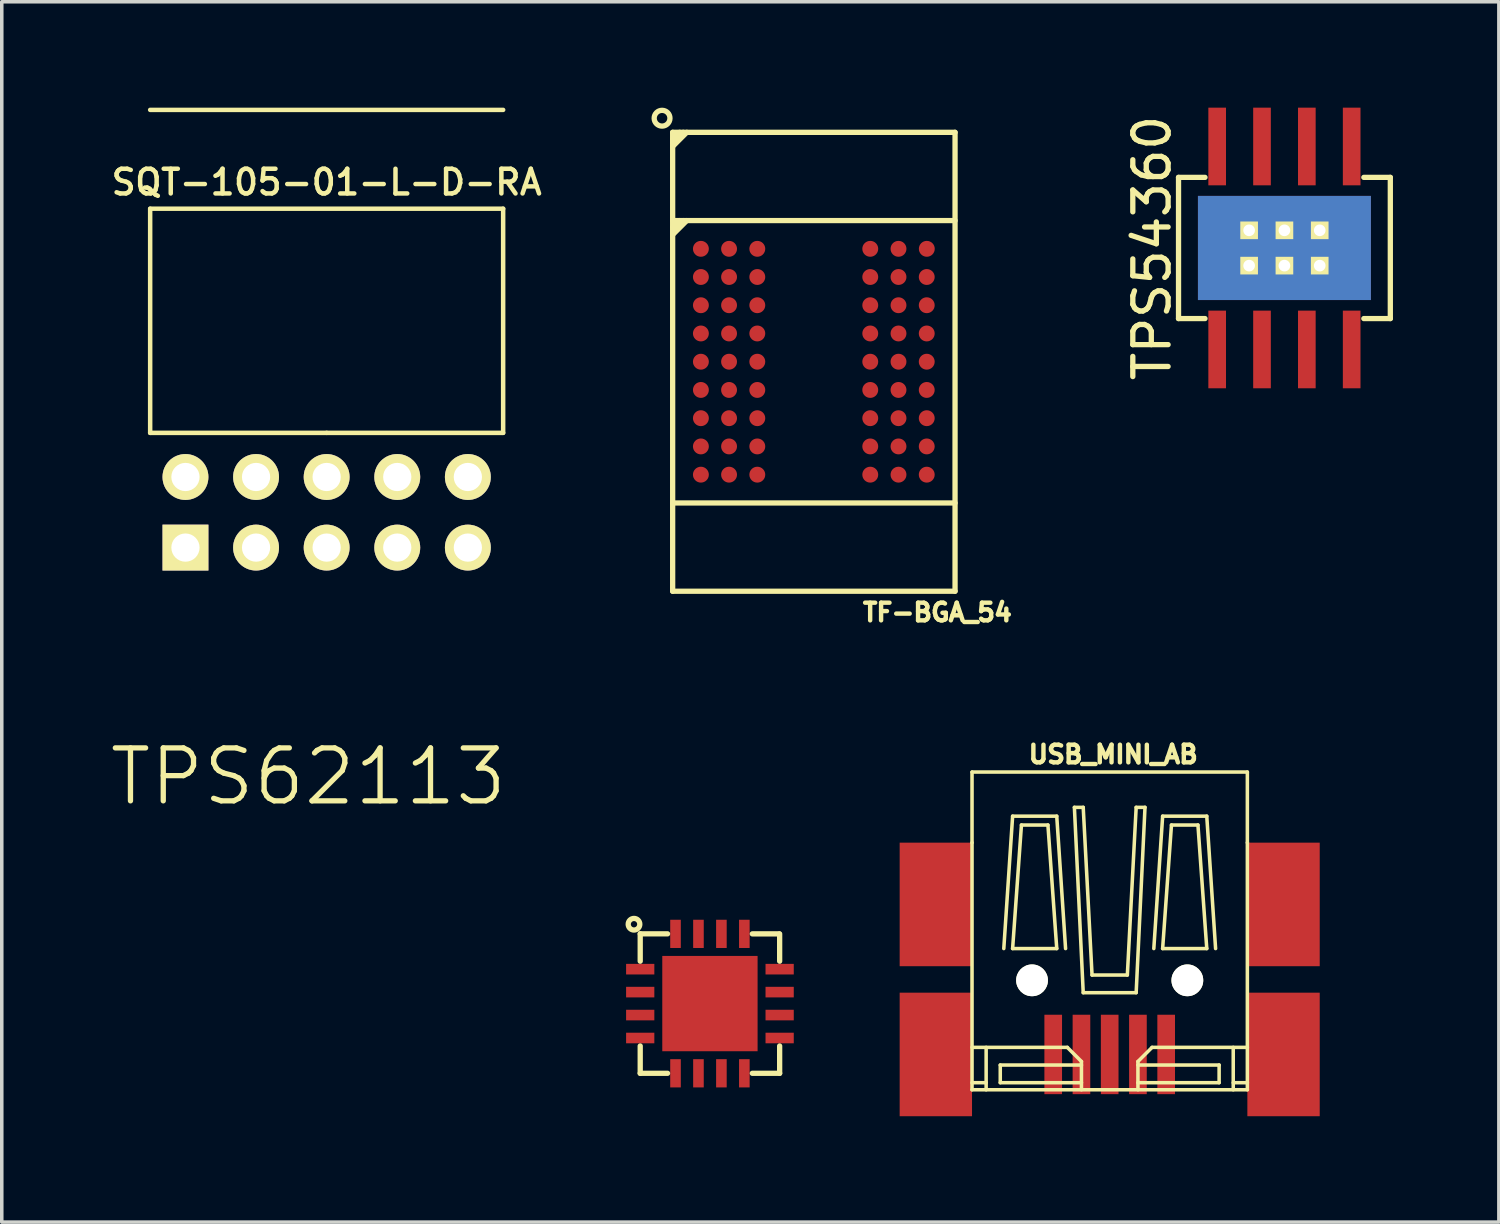
<source format=kicad_pcb>
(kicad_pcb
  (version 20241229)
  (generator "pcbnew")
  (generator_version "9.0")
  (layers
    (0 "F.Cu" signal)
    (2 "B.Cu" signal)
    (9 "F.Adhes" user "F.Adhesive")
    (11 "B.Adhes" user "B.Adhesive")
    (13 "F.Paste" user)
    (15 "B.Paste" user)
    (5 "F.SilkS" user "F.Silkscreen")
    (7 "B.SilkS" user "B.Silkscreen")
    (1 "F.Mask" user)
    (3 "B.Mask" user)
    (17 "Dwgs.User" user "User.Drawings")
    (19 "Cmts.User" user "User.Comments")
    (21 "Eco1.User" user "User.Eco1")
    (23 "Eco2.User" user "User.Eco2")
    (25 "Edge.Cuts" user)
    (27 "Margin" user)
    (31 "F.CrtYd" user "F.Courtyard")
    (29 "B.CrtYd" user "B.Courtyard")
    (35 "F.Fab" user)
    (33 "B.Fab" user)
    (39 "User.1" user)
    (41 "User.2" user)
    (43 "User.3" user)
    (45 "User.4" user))
  (footprint "TPS54360"
    (layer "F.Cu")
    (at 33.337 3.975)
    (property "Reference" "TPS54360" (at -3.75 0 90) (layer "F.SilkS") (effects (font (size 1 1) (thickness 0.15))))
    (attr through_hole)
    (fp_line (start -3 -2) (end -3 2) (stroke (width 0.15) (type solid)) (layer "F.SilkS"))
    (fp_line (start -3 2) (end -2.25 2) (stroke (width 0.15) (type solid)) (layer "F.SilkS"))
    (fp_line (start -2.25 -2) (end -3 -2) (stroke (width 0.15) (type solid)) (layer "F.SilkS"))
    (fp_line (start 2.25 -2) (end 3 -2) (stroke (width 0.15) (type solid)) (layer "F.SilkS"))
    (fp_line (start 3 -2) (end 3 2) (stroke (width 0.15) (type solid)) (layer "F.SilkS"))
    (fp_line (start 3 2) (end 2.25 2) (stroke (width 0.15) (type solid)) (layer "F.SilkS"))
    (pad "1" smd rect (at -1.905 2.875) (size 0.5 2.2) (layers "F.Cu" "F.Mask" "F.Paste"))
    (pad "2" smd rect (at -0.635 2.875) (size 0.5 2.2) (layers "F.Cu" "F.Mask" "F.Paste"))
    (pad "3" smd rect (at 0.635 2.875) (size 0.5 2.2) (layers "F.Cu" "F.Mask" "F.Paste"))
    (pad "4" smd rect (at 1.905 2.875) (size 0.5 2.2) (layers "F.Cu" "F.Mask" "F.Paste"))
    (pad "5" smd rect (at 1.905 -2.875) (size 0.5 2.2) (layers "F.Cu" "F.Mask" "F.Paste"))
    (pad "6" smd rect (at 0.635 -2.875) (size 0.5 2.2) (layers "F.Cu" "F.Mask" "F.Paste"))
    (pad "7" smd rect (at -0.635 -2.875) (size 0.5 2.2) (layers "F.Cu" "F.Mask" "F.Paste"))
    (pad "8" smd rect (at -1.905 -2.875) (size 0.5 2.2) (layers "F.Cu" "F.Mask" "F.Paste"))
    (pad "9" thru_hole rect (at -1 -0.5) (size 0.5 0.5) (drill 0.33) (layers "*.Cu" "*.Mask" "F.SilkS"))
    (pad "9" thru_hole rect (at -1 0.5) (size 0.5 0.5) (drill 0.33) (layers "*.Cu" "*.Mask" "F.SilkS"))
    (pad "9" thru_hole rect (at 0 -0.5) (size 0.5 0.5) (drill 0.33) (layers "*.Cu" "*.Mask" "F.SilkS"))
    (pad "9" smd rect (at 0 0) (size 4.9 2.95) (layers "F.Cu" "F.Mask" "F.Paste"))
    (pad "9" smd rect (at 0 0) (size 4.9 2.95) (layers "F.Mask" "B.Cu" "F.Paste"))
    (pad "9" thru_hole rect (at 0 0.5) (size 0.5 0.5) (drill 0.33) (layers "*.Cu" "*.Mask" "F.SilkS"))
    (pad "9" thru_hole rect (at 1 -0.5) (size 0.5 0.5) (drill 0.33) (layers "*.Cu" "*.Mask" "F.SilkS"))
    (pad "9" thru_hole rect (at 1 0.5) (size 0.5 0.5) (drill 0.33) (layers "*.Cu" "*.Mask" "F.SilkS")))
  (footprint "TPS62113"
    (layer "F.Cu")
    (at 17.062 25.381)
    (property "Reference" "TPS62113" (at -11.38 -6.43 0) (layer "F.SilkS") (effects (font (size 1.5 1.5) (thickness 0.15))))
    (attr through_hole)
    (fp_line (start -1.975 -1.201) (end -1.975 -1.976) (stroke (width 0.15) (type solid)) (layer "F.SilkS"))
    (fp_line (start -1.975 1.201) (end -1.975 1.975) (stroke (width 0.15) (type solid)) (layer "F.SilkS"))
    (fp_line (start -1.974 -1.976) (end -1.201 -1.976) (stroke (width 0.15) (type solid)) (layer "F.SilkS"))
    (fp_line (start -1.201 1.975) (end -1.975 1.975) (stroke (width 0.15) (type solid)) (layer "F.SilkS"))
    (fp_line (start 1.201 -1.975) (end 1.961 -1.975) (stroke (width 0.15) (type solid)) (layer "F.SilkS"))
    (fp_line (start 1.201 1.975) (end 1.975 1.975) (stroke (width 0.15) (type solid)) (layer "F.SilkS"))
    (fp_line (start 1.975 -1.201) (end 1.975 -1.974) (stroke (width 0.15) (type solid)) (layer "F.SilkS"))
    (fp_line (start 1.975 1.201) (end 1.975 1.975) (stroke (width 0.15) (type solid)) (layer "F.SilkS"))
    (fp_circle (center -2.151 -2.248) (end -2.311 -2.286) (stroke (width 0.15) (type solid)) (fill no) (layer "F.SilkS"))
    (pad "1" smd rect (at -0.975 -1.975) (size 0.3 0.8) (layers "F.Cu" "F.Mask" "F.Paste"))
    (pad "2" smd rect (at -0.325 -1.975) (size 0.3 0.8) (layers "F.Cu" "F.Mask" "F.Paste"))
    (pad "3" smd rect (at 0.325 -1.975) (size 0.3 0.8) (layers "F.Cu" "F.Mask" "F.Paste"))
    (pad "4" smd rect (at 0.975 -1.975) (size 0.3 0.8) (layers "F.Cu" "F.Mask" "F.Paste"))
    (pad "5" smd rect (at 1.975 -0.975) (size 0.8 0.3) (layers "F.Cu" "F.Mask" "F.Paste"))
    (pad "6" smd rect (at 1.975 -0.325) (size 0.8 0.3) (layers "F.Cu" "F.Mask" "F.Paste"))
    (pad "7" smd rect (at 1.975 0.325) (size 0.8 0.3) (layers "F.Cu" "F.Mask" "F.Paste"))
    (pad "8" smd rect (at 1.975 0.975) (size 0.8 0.3) (layers "F.Cu" "F.Mask" "F.Paste"))
    (pad "9" smd rect (at 0.975 1.975) (size 0.3 0.8) (layers "F.Cu" "F.Mask" "F.Paste"))
    (pad "10" smd rect (at 0.325 1.975) (size 0.3 0.8) (layers "F.Cu" "F.Mask" "F.Paste"))
    (pad "11" smd rect (at -0.325 1.975) (size 0.3 0.8) (layers "F.Cu" "F.Mask" "F.Paste"))
    (pad "12" smd rect (at -0.975 1.975) (size 0.3 0.8) (layers "F.Cu" "F.Mask" "F.Paste"))
    (pad "13" smd rect (at -1.975 0.975) (size 0.8 0.3) (layers "F.Cu" "F.Mask" "F.Paste"))
    (pad "14" smd rect (at -1.975 0.325) (size 0.8 0.3) (layers "F.Cu" "F.Mask" "F.Paste"))
    (pad "15" smd rect (at -1.975 -0.325) (size 0.8 0.3) (layers "F.Cu" "F.Mask" "F.Paste"))
    (pad "16" smd rect (at -1.975 -0.975) (size 0.8 0.3) (layers "F.Cu" "F.Mask" "F.Paste"))
    (pad "17" smd rect (at 0 0) (size 2.7 2.7) (layers "F.Cu" "F.Mask" "F.Paste")))
  (footprint "USB_MINI_AB"
    (layer "F.Cu")
    (at 28.387 26.822)
    (property "Reference" "USB_MINI_AB" (at 0.1 -8.5 0) (layer "F.SilkS") (effects (font (size 0.5 0.5) (thickness 0.125))))
    (attr through_hole)
    (fp_line (start -3.9 -8) (end -3.9 -6) (stroke (width 0.1) (type solid)) (layer "F.SilkS"))
    (fp_line (start -3.9 -6) (end -3.9 1) (stroke (width 0.1) (type solid)) (layer "F.SilkS"))
    (fp_line (start -3.9 -0.2) (end -1.2 -0.2) (stroke (width 0.1) (type solid)) (layer "F.SilkS"))
    (fp_line (start -3.9 1) (end 3.9 1) (stroke (width 0.1) (type solid)) (layer "F.SilkS"))
    (fp_line (start -3.5 0.8) (end -3.9 0.8) (stroke (width 0.1) (type solid)) (layer "F.SilkS"))
    (fp_line (start -3.5 1) (end -3.5 -0.2) (stroke (width 0.1) (type solid)) (layer "F.SilkS"))
    (fp_line (start -3.1 0.3) (end -0.8 0.3) (stroke (width 0.1) (type solid)) (layer "F.SilkS"))
    (fp_line (start -3.1 0.8) (end -3.1 0.3) (stroke (width 0.1) (type solid)) (layer "F.SilkS"))
    (fp_line (start -3 -3) (end -2.75 -6.75) (stroke (width 0.1) (type solid)) (layer "F.SilkS"))
    (fp_line (start -2.75 -6.75) (end -1.5 -6.75) (stroke (width 0.1) (type solid)) (layer "F.SilkS"))
    (fp_line (start -2.75 -3) (end -1.5 -3) (stroke (width 0.1) (type solid)) (layer "F.SilkS"))
    (fp_line (start -2.5 -6.5) (end -2.75 -3) (stroke (width 0.1) (type solid)) (layer "F.SilkS"))
    (fp_line (start -1.75 -6.5) (end -2.5 -6.5) (stroke (width 0.1) (type solid)) (layer "F.SilkS"))
    (fp_line (start -1.5 -6.75) (end -1.25 -3) (stroke (width 0.1) (type solid)) (layer "F.SilkS"))
    (fp_line (start -1.5 -3) (end -1.75 -6.5) (stroke (width 0.1) (type solid)) (layer "F.SilkS"))
    (fp_line (start -1.2 -0.2) (end -0.8 0.2) (stroke (width 0.1) (type solid)) (layer "F.SilkS"))
    (fp_line (start -1 -7) (end -0.75 -1.75) (stroke (width 0.1) (type solid)) (layer "F.SilkS"))
    (fp_line (start -0.8 0.2) (end -0.8 1) (stroke (width 0.1) (type solid)) (layer "F.SilkS"))
    (fp_line (start -0.8 0.8) (end -3.1 0.8) (stroke (width 0.1) (type solid)) (layer "F.SilkS"))
    (fp_line (start -0.75 -7) (end -1 -7) (stroke (width 0.1) (type solid)) (layer "F.SilkS"))
    (fp_line (start -0.75 -1.75) (end 0.75 -1.75) (stroke (width 0.1) (type solid)) (layer "F.SilkS"))
    (fp_line (start -0.5 -2.25) (end -0.75 -7) (stroke (width 0.1) (type solid)) (layer "F.SilkS"))
    (fp_line (start 0.5 -2.25) (end -0.5 -2.25) (stroke (width 0.1) (type solid)) (layer "F.SilkS"))
    (fp_line (start 0.75 -7) (end 0.5 -2.25) (stroke (width 0.1) (type solid)) (layer "F.SilkS"))
    (fp_line (start 0.75 -1.75) (end 1 -7) (stroke (width 0.1) (type solid)) (layer "F.SilkS"))
    (fp_line (start 0.8 0.2) (end 1.2 -0.2) (stroke (width 0.1) (type solid)) (layer "F.SilkS"))
    (fp_line (start 0.8 0.3) (end 3.1 0.3) (stroke (width 0.1) (type solid)) (layer "F.SilkS"))
    (fp_line (start 0.8 1) (end 0.8 0.2) (stroke (width 0.1) (type solid)) (layer "F.SilkS"))
    (fp_line (start 1 -7) (end 0.75 -7) (stroke (width 0.1) (type solid)) (layer "F.SilkS"))
    (fp_line (start 1.2 -0.2) (end 3.9 -0.2) (stroke (width 0.1) (type solid)) (layer "F.SilkS"))
    (fp_line (start 1.25 -3) (end 1.5 -6.75) (stroke (width 0.1) (type solid)) (layer "F.SilkS"))
    (fp_line (start 1.5 -6.75) (end 2.75 -6.75) (stroke (width 0.1) (type solid)) (layer "F.SilkS"))
    (fp_line (start 1.5 -3) (end 1.75 -6.5) (stroke (width 0.1) (type solid)) (layer "F.SilkS"))
    (fp_line (start 1.75 -6.5) (end 2.5 -6.5) (stroke (width 0.1) (type solid)) (layer "F.SilkS"))
    (fp_line (start 2.5 -6.5) (end 2.75 -3) (stroke (width 0.1) (type solid)) (layer "F.SilkS"))
    (fp_line (start 2.75 -6.75) (end 3 -3) (stroke (width 0.1) (type solid)) (layer "F.SilkS"))
    (fp_line (start 2.75 -3) (end 1.5 -3) (stroke (width 0.1) (type solid)) (layer "F.SilkS"))
    (fp_line (start 3.1 0.3) (end 3.1 0.8) (stroke (width 0.1) (type solid)) (layer "F.SilkS"))
    (fp_line (start 3.1 0.8) (end 0.8 0.8) (stroke (width 0.1) (type solid)) (layer "F.SilkS"))
    (fp_line (start 3.5 -0.2) (end 3.5 1) (stroke (width 0.1) (type solid)) (layer "F.SilkS"))
    (fp_line (start 3.9 -8) (end -3.9 -8) (stroke (width 0.1) (type solid)) (layer "F.SilkS"))
    (fp_line (start 3.9 -6) (end 3.9 -8) (stroke (width 0.1) (type solid)) (layer "F.SilkS"))
    (fp_line (start 3.9 0.8) (end 3.5 0.8) (stroke (width 0.1) (type solid)) (layer "F.SilkS"))
    (fp_line (start 3.9 1) (end 3.9 -6) (stroke (width 0.1) (type solid)) (layer "F.SilkS"))
    (pad "" np_thru_hole circle (at -2.2 -2.1) (size 0.9 0.9) (drill 0.9) (layers "*.Cu" "*.Mask" "F.SilkS"))
    (pad "" np_thru_hole circle (at 2.2 -2.1) (size 0.9 0.9) (drill 0.9) (layers "*.Cu" "*.Mask" "F.SilkS"))
    (pad "1" smd rect (at -4.925 -4.25) (size 2.05 3.5) (layers "F.Cu" "F.Mask" "F.Paste"))
    (pad "1" smd rect (at -4.925 0) (size 2.05 3.5) (layers "F.Cu" "F.Mask" "F.Paste"))
    (pad "1" smd rect (at 1.6 0) (size 0.5 2.25) (layers "F.Cu" "F.Mask" "F.Paste"))
    (pad "1" smd rect (at 4.925 -4.25) (size 2.05 3.5) (layers "F.Cu" "F.Mask" "F.Paste"))
    (pad "1" smd rect (at 4.925 0) (size 2.05 3.5) (layers "F.Cu" "F.Mask" "F.Paste"))
    (pad "2" smd rect (at 0.8 0) (size 0.5 2.25) (layers "F.Cu" "F.Mask" "F.Paste"))
    (pad "3" smd rect (at 0 0) (size 0.5 2.25) (layers "F.Cu" "F.Mask" "F.Paste"))
    (pad "4" smd rect (at -0.8 0) (size 0.5 2.25) (layers "F.Cu" "F.Mask" "F.Paste"))
    (pad "5" smd rect (at -1.6 0) (size 0.5 2.25) (layers "F.Cu" "F.Mask" "F.Paste")))
  (footprint "TF-BGA_54"
    (layer "F.Cu")
    (at 20.006 7.199)
    (property "Reference" "TF-BGA_54" (at 3.5 7.1 0) (layer "F.SilkS") (effects (font (size 0.5 0.5) (thickness 0.125))))
    (attr through_hole)
    (fp_line (start -4 -6.5) (end 4 -6.5) (stroke (width 0.15) (type solid)) (layer "F.SilkS"))
    (fp_line (start -4 -6.2) (end -3.7 -6.5) (stroke (width 0.15) (type solid)) (layer "F.SilkS"))
    (fp_line (start -4 -4) (end 4 -4) (stroke (width 0.15) (type solid)) (layer "F.SilkS"))
    (fp_line (start -4 6.5) (end -4 -6.5) (stroke (width 0.15) (type solid)) (layer "F.SilkS"))
    (fp_line (start -3.8 -6.5) (end -4 -6.3) (stroke (width 0.15) (type solid)) (layer "F.SilkS"))
    (fp_line (start -3.8 -4) (end -4 -3.8) (stroke (width 0.15) (type solid)) (layer "F.SilkS"))
    (fp_line (start -3.7 -4) (end -4 -3.7) (stroke (width 0.15) (type solid)) (layer "F.SilkS"))
    (fp_line (start -3.6 -6.5) (end -4 -6.1) (stroke (width 0.15) (type solid)) (layer "F.SilkS"))
    (fp_line (start -3.6 -4) (end -4 -3.6) (stroke (width 0.15) (type solid)) (layer "F.SilkS"))
    (fp_line (start 4 -6.5) (end 4 6.5) (stroke (width 0.15) (type solid)) (layer "F.SilkS"))
    (fp_line (start 4 4) (end -4 4) (stroke (width 0.15) (type solid)) (layer "F.SilkS"))
    (fp_line (start 4 6.5) (end -4 6.5) (stroke (width 0.15) (type solid)) (layer "F.SilkS"))
    (fp_circle (center -4.3 -6.9) (end -4.2 -6.7) (stroke (width 0.15) (type solid)) (fill no) (layer "F.SilkS"))
    (pad "A1" smd circle (at -3.2 -3.2 180) (size 0.45 0.45) (layers "F.Cu" "F.Mask" "F.Paste"))
    (pad "A2" smd circle (at -2.402 -3.2 180) (size 0.45 0.45) (layers "F.Cu" "F.Mask" "F.Paste"))
    (pad "A3" smd circle (at -1.602 -3.2 180) (size 0.45 0.45) (layers "F.Cu" "F.Mask" "F.Paste"))
    (pad "A7" smd circle (at 1.598 -3.2 180) (size 0.45 0.45) (layers "F.Cu" "F.Mask" "F.Paste"))
    (pad "A8" smd circle (at 2.398 -3.2 180) (size 0.45 0.45) (layers "F.Cu" "F.Mask" "F.Paste"))
    (pad "A9" smd circle (at 3.2 -3.2 180) (size 0.45 0.45) (layers "F.Cu" "F.Mask" "F.Paste"))
    (pad "B1" smd circle (at -3.2 -2.402 90) (size 0.45 0.45) (layers "F.Cu" "F.Mask" "F.Paste"))
    (pad "B2" smd circle (at -2.402 -2.402 180) (size 0.45 0.45) (layers "F.Cu" "F.Mask" "F.Paste"))
    (pad "B3" smd circle (at -1.602 -2.402 180) (size 0.45 0.45) (layers "F.Cu" "F.Mask" "F.Paste"))
    (pad "B7" smd circle (at 1.598 -2.402 180) (size 0.45 0.45) (layers "F.Cu" "F.Mask" "F.Paste"))
    (pad "B8" smd circle (at 2.398 -2.402 180) (size 0.45 0.45) (layers "F.Cu" "F.Mask" "F.Paste"))
    (pad "B9" smd circle (at 3.198 -2.402 270) (size 0.45 0.45) (layers "F.Cu" "F.Mask" "F.Paste"))
    (pad "C1" smd circle (at -3.2 -1.602 90) (size 0.45 0.45) (layers "F.Cu" "F.Mask" "F.Paste"))
    (pad "C2" smd circle (at -2.402 -1.602 90) (size 0.45 0.45) (layers "F.Cu" "F.Mask" "F.Paste"))
    (pad "C3" smd circle (at -1.602 -1.602 180) (size 0.45 0.45) (layers "F.Cu" "F.Mask" "F.Paste"))
    (pad "C7" smd circle (at 1.598 -1.602 180) (size 0.45 0.45) (layers "F.Cu" "F.Mask" "F.Paste"))
    (pad "C8" smd circle (at 2.398 -1.602 270) (size 0.45 0.45) (layers "F.Cu" "F.Mask" "F.Paste"))
    (pad "C9" smd circle (at 3.198 -1.602 270) (size 0.45 0.45) (layers "F.Cu" "F.Mask" "F.Paste"))
    (pad "D1" smd circle (at -3.2 -0.802 90) (size 0.45 0.45) (layers "F.Cu" "F.Mask" "F.Paste"))
    (pad "D2" smd circle (at -2.402 -0.802 90) (size 0.45 0.45) (layers "F.Cu" "F.Mask" "F.Paste"))
    (pad "D3" smd circle (at -1.602 -0.802 90) (size 0.45 0.45) (layers "F.Cu" "F.Mask" "F.Paste"))
    (pad "D7" smd circle (at 1.598 -0.802 270) (size 0.45 0.45) (layers "F.Cu" "F.Mask" "F.Paste"))
    (pad "D8" smd circle (at 2.398 -0.802 270) (size 0.45 0.45) (layers "F.Cu" "F.Mask" "F.Paste"))
    (pad "D9" smd circle (at 3.198 -0.802 270) (size 0.45 0.45) (layers "F.Cu" "F.Mask" "F.Paste"))
    (pad "E1" smd circle (at -3.2 -0.002 90) (size 0.45 0.45) (layers "F.Cu" "F.Mask" "F.Paste"))
    (pad "E2" smd circle (at -2.402 -0.002 90) (size 0.45 0.45) (layers "F.Cu" "F.Mask" "F.Paste"))
    (pad "E3" smd circle (at -1.602 -0.002 90) (size 0.45 0.45) (layers "F.Cu" "F.Mask" "F.Paste"))
    (pad "E7" smd circle (at 1.598 -0.002 270) (size 0.45 0.45) (layers "F.Cu" "F.Mask" "F.Paste"))
    (pad "E8" smd circle (at 2.398 -0.002 270) (size 0.45 0.45) (layers "F.Cu" "F.Mask" "F.Paste"))
    (pad "E9" smd circle (at 3.198 -0.002 270) (size 0.45 0.45) (layers "F.Cu" "F.Mask" "F.Paste"))
    (pad "F1" smd circle (at -3.2 0.798 90) (size 0.45 0.45) (layers "F.Cu" "F.Mask" "F.Paste"))
    (pad "F2" smd circle (at -2.402 0.798 90) (size 0.45 0.45) (layers "F.Cu" "F.Mask" "F.Paste"))
    (pad "F3" smd circle (at -1.602 0.798 90) (size 0.45 0.45) (layers "F.Cu" "F.Mask" "F.Paste"))
    (pad "F7" smd circle (at 1.598 0.798 270) (size 0.45 0.45) (layers "F.Cu" "F.Mask" "F.Paste"))
    (pad "F8" smd circle (at 2.398 0.798 270) (size 0.45 0.45) (layers "F.Cu" "F.Mask" "F.Paste"))
    (pad "F9" smd circle (at 3.198 0.798 270) (size 0.45 0.45) (layers "F.Cu" "F.Mask" "F.Paste"))
    (pad "G1" smd circle (at -3.2 1.598 90) (size 0.45 0.45) (layers "F.Cu" "F.Mask" "F.Paste"))
    (pad "G2" smd circle (at -2.402 1.598 90) (size 0.45 0.45) (layers "F.Cu" "F.Mask" "F.Paste"))
    (pad "G3" smd circle (at -1.602 1.598 90) (size 0.45 0.45) (layers "F.Cu" "F.Mask" "F.Paste"))
    (pad "G7" smd circle (at 1.598 1.598 180) (size 0.45 0.45) (layers "F.Cu" "F.Mask" "F.Paste"))
    (pad "G8" smd circle (at 2.398 1.598 270) (size 0.45 0.45) (layers "F.Cu" "F.Mask" "F.Paste"))
    (pad "G9" smd circle (at 3.198 1.598 270) (size 0.45 0.45) (layers "F.Cu" "F.Mask" "F.Paste"))
    (pad "H1" smd circle (at -3.2 2.398 90) (size 0.45 0.45) (layers "F.Cu" "F.Mask" "F.Paste"))
    (pad "H2" smd circle (at -2.402 2.398 90) (size 0.45 0.45) (layers "F.Cu" "F.Mask" "F.Paste"))
    (pad "H3" smd circle (at -1.602 2.398) (size 0.45 0.45) (layers "F.Cu" "F.Mask" "F.Paste"))
    (pad "H7" smd circle (at 1.598 2.398) (size 0.45 0.45) (layers "F.Cu" "F.Mask" "F.Paste"))
    (pad "H8" smd circle (at 2.398 2.398 180) (size 0.45 0.45) (layers "F.Cu" "F.Mask" "F.Paste"))
    (pad "H9" smd circle (at 3.198 2.398 270) (size 0.45 0.45) (layers "F.Cu" "F.Mask" "F.Paste"))
    (pad "J1" smd circle (at -3.2 3.198 90) (size 0.45 0.45) (layers "F.Cu" "F.Mask" "F.Paste"))
    (pad "J2" smd circle (at -2.402 3.198) (size 0.45 0.45) (layers "F.Cu" "F.Mask" "F.Paste"))
    (pad "J3" smd circle (at -1.602 3.198) (size 0.45 0.45) (layers "F.Cu" "F.Mask" "F.Paste"))
    (pad "J7" smd circle (at 1.598 3.198) (size 0.45 0.45) (layers "F.Cu" "F.Mask" "F.Paste"))
    (pad "J8" smd circle (at 2.398 3.198) (size 0.45 0.45) (layers "F.Cu" "F.Mask" "F.Paste"))
    (pad "J9" smd circle (at 3.198 3.198 180) (size 0.45 0.45) (layers "F.Cu" "F.Mask" "F.Paste")))
  (footprint "SQT-105-01-L-D-RA"
    (layer "F.Cu")
    (at 6.204 11.463)
    (property "Reference" "SQT-105-01-L-D-RA" (at 0 -9.35 0) (layer "F.SilkS") (effects (font (size 0.7 0.7) (thickness 0.127))))
    (attr through_hole)
    (fp_line (start -5 -11.4) (end 5 -11.4) (stroke (width 0.127) (type solid)) (layer "F.SilkS"))
    (fp_line (start -5 -8.6) (end -5 -2.25) (stroke (width 0.127) (type solid)) (layer "F.SilkS"))
    (fp_line (start -5 -2.25) (end 0 -2.25) (stroke (width 0.127) (type solid)) (layer "F.SilkS"))
    (fp_line (start 0 -2.25) (end 5 -2.25) (stroke (width 0.127) (type solid)) (layer "F.SilkS"))
    (fp_line (start 5 -8.6) (end -5 -8.6) (stroke (width 0.127) (type solid)) (layer "F.SilkS"))
    (fp_line (start 5 -2.25) (end 5 -8.6) (stroke (width 0.127) (type solid)) (layer "F.SilkS"))
    (pad "1" thru_hole rect (at -4 1) (size 1.3 1.3) (drill 0.8) (layers "*.Cu" "*.Mask" "F.SilkS"))
    (pad "2" thru_hole circle (at -4 -1) (size 1.3 1.3) (drill 0.8) (layers "*.Cu" "*.Mask" "F.SilkS"))
    (pad "3" thru_hole circle (at -2 1) (size 1.3 1.3) (drill 0.8) (layers "*.Cu" "*.Mask" "F.SilkS"))
    (pad "4" thru_hole circle (at -2 -1) (size 1.3 1.3) (drill 0.8) (layers "*.Cu" "*.Mask" "F.SilkS"))
    (pad "5" thru_hole circle (at 0 1) (size 1.3 1.3) (drill 0.8) (layers "*.Cu" "*.Mask" "F.SilkS"))
    (pad "6" thru_hole circle (at 0 -1) (size 1.3 1.3) (drill 0.8) (layers "*.Cu" "*.Mask" "F.SilkS"))
    (pad "7" thru_hole circle (at 2 1) (size 1.3 1.3) (drill 0.8) (layers "*.Cu" "*.Mask" "F.SilkS"))
    (pad "8" thru_hole circle (at 2 -1) (size 1.3 1.3) (drill 0.8) (layers "*.Cu" "*.Mask" "F.SilkS"))
    (pad "9" thru_hole circle (at 4 1) (size 1.3 1.3) (drill 0.8) (layers "*.Cu" "*.Mask" "F.SilkS"))
    (pad "10" thru_hole circle (at 4 -1) (size 1.3 1.3) (drill 0.8) (layers "*.Cu" "*.Mask" "F.SilkS")))
  (gr_rect
    (start -3 -3)
    (end 39.412 31.572)
    (stroke (width 0.1) (type default))
    (fill no)
    (layer "Edge.Cuts")))
</source>
